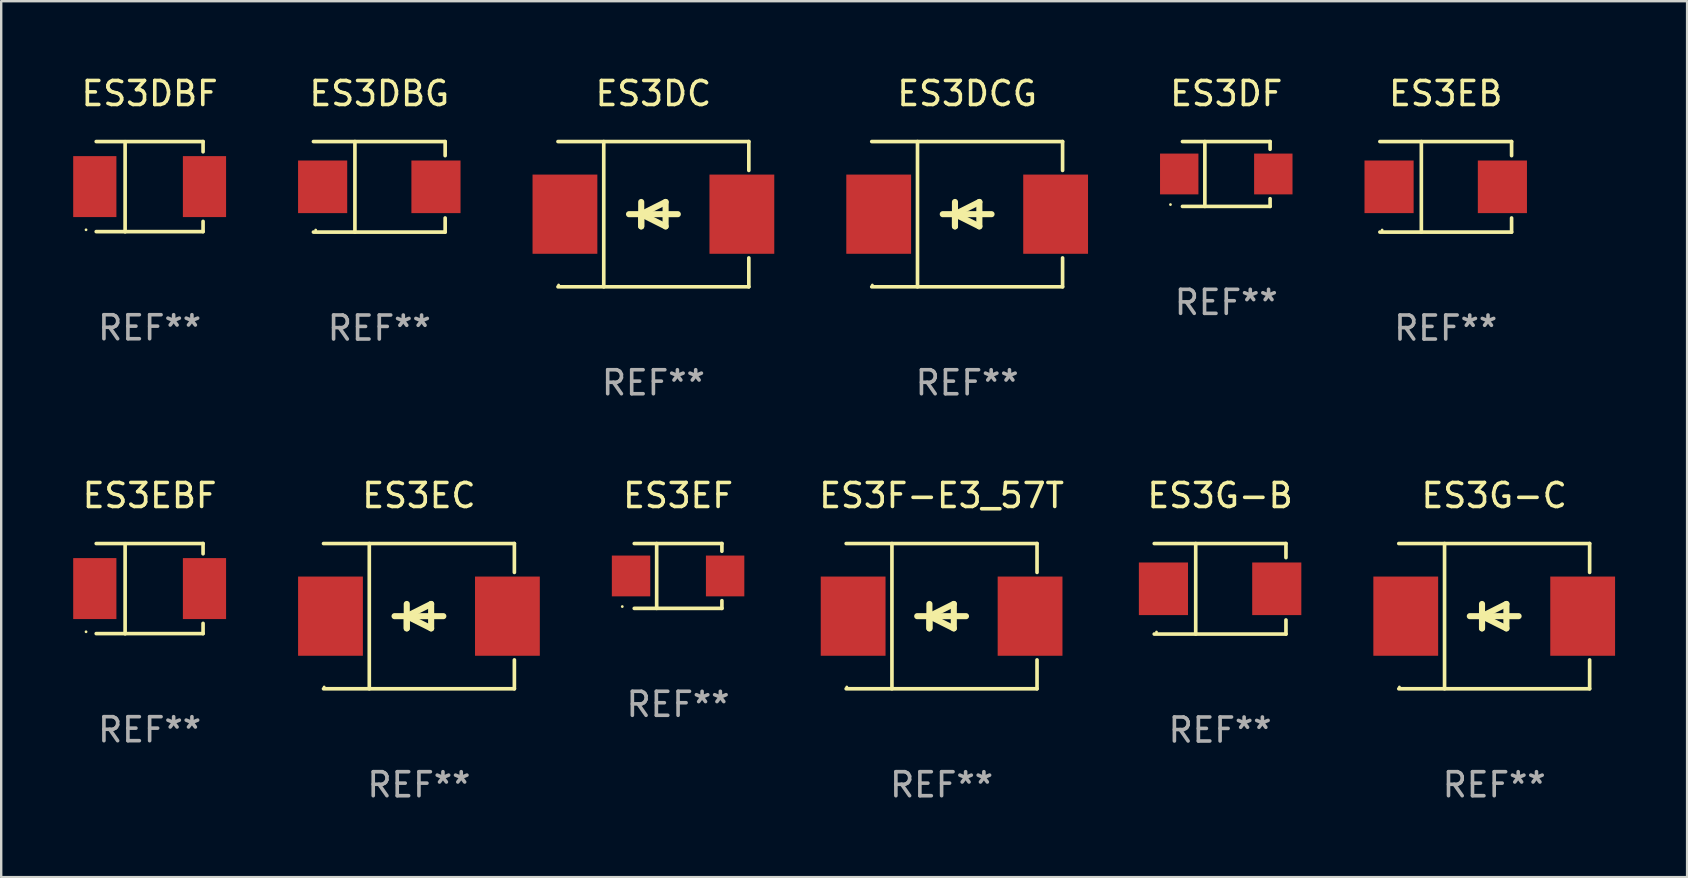
<source format=kicad_pcb>
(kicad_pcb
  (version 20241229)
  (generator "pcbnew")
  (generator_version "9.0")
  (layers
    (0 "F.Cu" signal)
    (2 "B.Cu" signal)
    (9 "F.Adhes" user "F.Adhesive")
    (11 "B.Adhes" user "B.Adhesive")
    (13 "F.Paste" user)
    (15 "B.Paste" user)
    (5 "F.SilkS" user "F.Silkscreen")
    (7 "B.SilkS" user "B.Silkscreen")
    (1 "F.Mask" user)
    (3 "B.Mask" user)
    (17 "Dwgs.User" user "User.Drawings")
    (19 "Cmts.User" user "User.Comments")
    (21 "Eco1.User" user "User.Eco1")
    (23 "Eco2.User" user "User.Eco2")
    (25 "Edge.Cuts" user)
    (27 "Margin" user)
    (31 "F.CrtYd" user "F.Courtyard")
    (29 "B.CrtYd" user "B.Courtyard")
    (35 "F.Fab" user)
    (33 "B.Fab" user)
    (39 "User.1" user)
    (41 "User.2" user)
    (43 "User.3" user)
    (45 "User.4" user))
  (footprint "ES3G-B"
    (layer "F.Cu")
    (at 47.787 21.483)
    (property "Reference" "ES3G-B" (at 0 -3.886 0) (layer "F.SilkS") (effects (font (size 1 1) (thickness 0.15))))
    (attr through_hole)
    (fp_line (start -2.744 -1.886) (end 2.744 -1.886) (stroke (width 0.152) (type solid)) (layer "F.SilkS"))
    (fp_line (start -2.744 1.886) (end 2.744 1.886) (stroke (width 0.152) (type solid)) (layer "F.SilkS"))
    (fp_line (start -1.016 -1.886) (end -1.016 1.886) (stroke (width 0.152) (type solid)) (layer "F.SilkS"))
    (fp_line (start 2.744 -1.886) (end 2.744 -1.299) (stroke (width 0.152) (type solid)) (layer "F.SilkS"))
    (fp_line (start 2.744 1.886) (end 2.744 1.299) (stroke (width 0.152) (type solid)) (layer "F.SilkS"))
    (fp_circle (center -2.65 1.8) (end -2.62 1.8) (stroke (width 0.06) (type solid)) (fill no) (layer "F.SilkS"))
    (fp_text user "REF**" (at 0 5.886 0) (layer "F.Fab") (effects (font (size 1 1) (thickness 0.15))))
    (pad "1" smd rect (at -2.361 0) (size 2.047 2.192) (layers "F.Cu" "F.Mask" "F.Paste"))
    (pad "2" smd rect (at 2.361 0) (size 2.047 2.192) (layers "F.Cu" "F.Mask" "F.Paste")))
  (footprint "ES3DCG"
    (layer "F.Cu")
    (at 37.248 5.874)
    (property "Reference" "ES3DCG" (at 0 -5.026 0) (layer "F.SilkS") (effects (font (size 1 1) (thickness 0.15))))
    (attr through_hole)
    (fp_line (start -3.976 -3.026) (end 3.976 -3.026) (stroke (width 0.152) (type solid)) (layer "F.SilkS"))
    (fp_line (start -3.976 3.026) (end 3.976 3.026) (stroke (width 0.152) (type solid)) (layer "F.SilkS"))
    (fp_line (start -2.069 -3.026) (end -2.069 3.026) (stroke (width 0.152) (type solid)) (layer "F.SilkS"))
    (fp_line (start -0.508 0) (end -0.508 0.508) (stroke (width 0.254) (type solid)) (layer "F.SilkS"))
    (fp_line (start -0.508 0) (end 0.508 0.508) (stroke (width 0.254) (type solid)) (layer "F.SilkS"))
    (fp_line (start -0.508 0.508) (end -0.508 -0.508) (stroke (width 0.254) (type solid)) (layer "F.SilkS"))
    (fp_line (start 0.508 -0.508) (end -0.508 0) (stroke (width 0.254) (type solid)) (layer "F.SilkS"))
    (fp_line (start 0.508 0.508) (end 0.508 -0.508) (stroke (width 0.254) (type solid)) (layer "F.SilkS"))
    (fp_line (start 1.016 0) (end -1.016 0) (stroke (width 0.254) (type solid)) (layer "F.SilkS"))
    (fp_line (start 3.976 -3.026) (end 3.976 -1.823) (stroke (width 0.152) (type solid)) (layer "F.SilkS"))
    (fp_line (start 3.976 3.026) (end 3.976 1.823) (stroke (width 0.152) (type solid)) (layer "F.SilkS"))
    (fp_circle (center -3.95 2.95) (end -3.92 2.95) (stroke (width 0.06) (type solid)) (fill no) (layer "F.SilkS"))
    (fp_text user "REF**" (at 0 7.026 0) (layer "F.Fab") (effects (font (size 1 1) (thickness 0.15))))
    (pad "1" smd rect (at -3.686 0) (size 2.7 3.3) (layers "F.Cu" "F.Mask" "F.Paste"))
    (pad "2" smd rect (at 3.686 0) (size 2.7 3.3) (layers "F.Cu" "F.Mask" "F.Paste")))
  (footprint "ES3DBG"
    (layer "F.Cu")
    (at 12.754 4.734)
    (property "Reference" "ES3DBG" (at 0 -3.886 0) (layer "F.SilkS") (effects (font (size 1 1) (thickness 0.15))))
    (attr through_hole)
    (fp_line (start -2.744 -1.886) (end 2.744 -1.886) (stroke (width 0.152) (type solid)) (layer "F.SilkS"))
    (fp_line (start -2.744 1.886) (end 2.744 1.886) (stroke (width 0.152) (type solid)) (layer "F.SilkS"))
    (fp_line (start -1.016 -1.886) (end -1.016 1.886) (stroke (width 0.152) (type solid)) (layer "F.SilkS"))
    (fp_line (start 2.744 -1.886) (end 2.744 -1.299) (stroke (width 0.152) (type solid)) (layer "F.SilkS"))
    (fp_line (start 2.744 1.886) (end 2.744 1.299) (stroke (width 0.152) (type solid)) (layer "F.SilkS"))
    (fp_circle (center -2.65 1.8) (end -2.62 1.8) (stroke (width 0.06) (type solid)) (fill no) (layer "F.SilkS"))
    (fp_text user "REF**" (at 0 5.886 0) (layer "F.Fab") (effects (font (size 1 1) (thickness 0.15))))
    (pad "1" smd rect (at -2.361 0) (size 2.047 2.192) (layers "F.Cu" "F.Mask" "F.Paste"))
    (pad "2" smd rect (at 2.361 0) (size 2.047 2.192) (layers "F.Cu" "F.Mask" "F.Paste")))
  (footprint "ES3F-E3_57T"
    (layer "F.Cu")
    (at 36.183 22.623)
    (property "Reference" "ES3F-E3_57T" (at 0 -5.026 0) (layer "F.SilkS") (effects (font (size 1 1) (thickness 0.15))))
    (attr through_hole)
    (fp_line (start -3.976 -3.026) (end 3.976 -3.026) (stroke (width 0.152) (type solid)) (layer "F.SilkS"))
    (fp_line (start -3.976 3.026) (end 3.976 3.026) (stroke (width 0.152) (type solid)) (layer "F.SilkS"))
    (fp_line (start -2.069 -3.026) (end -2.069 3.026) (stroke (width 0.152) (type solid)) (layer "F.SilkS"))
    (fp_line (start -0.508 0) (end -0.508 0.508) (stroke (width 0.254) (type solid)) (layer "F.SilkS"))
    (fp_line (start -0.508 0) (end 0.508 0.508) (stroke (width 0.254) (type solid)) (layer "F.SilkS"))
    (fp_line (start -0.508 0.508) (end -0.508 -0.508) (stroke (width 0.254) (type solid)) (layer "F.SilkS"))
    (fp_line (start 0.508 -0.508) (end -0.508 0) (stroke (width 0.254) (type solid)) (layer "F.SilkS"))
    (fp_line (start 0.508 0.508) (end 0.508 -0.508) (stroke (width 0.254) (type solid)) (layer "F.SilkS"))
    (fp_line (start 1.016 0) (end -1.016 0) (stroke (width 0.254) (type solid)) (layer "F.SilkS"))
    (fp_line (start 3.976 -3.026) (end 3.976 -1.823) (stroke (width 0.152) (type solid)) (layer "F.SilkS"))
    (fp_line (start 3.976 3.026) (end 3.976 1.823) (stroke (width 0.152) (type solid)) (layer "F.SilkS"))
    (fp_circle (center -3.95 2.95) (end -3.92 2.95) (stroke (width 0.06) (type solid)) (fill no) (layer "F.SilkS"))
    (fp_text user "REF**" (at 0 7.026 0) (layer "F.Fab") (effects (font (size 1 1) (thickness 0.15))))
    (pad "1" smd rect (at -3.686 0) (size 2.7 3.3) (layers "F.Cu" "F.Mask" "F.Paste"))
    (pad "2" smd rect (at 3.686 0) (size 2.7 3.3) (layers "F.Cu" "F.Mask" "F.Paste")))
  (footprint "ES3DC"
    (layer "F.Cu")
    (at 24.175 5.874)
    (property "Reference" "ES3DC" (at 0 -5.026 0) (layer "F.SilkS") (effects (font (size 1 1) (thickness 0.15))))
    (attr through_hole)
    (fp_line (start -3.976 -3.026) (end 3.976 -3.026) (stroke (width 0.152) (type solid)) (layer "F.SilkS"))
    (fp_line (start -3.976 3.026) (end 3.976 3.026) (stroke (width 0.152) (type solid)) (layer "F.SilkS"))
    (fp_line (start -2.069 -3.026) (end -2.069 3.026) (stroke (width 0.152) (type solid)) (layer "F.SilkS"))
    (fp_line (start -0.508 0) (end -0.508 0.508) (stroke (width 0.254) (type solid)) (layer "F.SilkS"))
    (fp_line (start -0.508 0) (end 0.508 0.508) (stroke (width 0.254) (type solid)) (layer "F.SilkS"))
    (fp_line (start -0.508 0.508) (end -0.508 -0.508) (stroke (width 0.254) (type solid)) (layer "F.SilkS"))
    (fp_line (start 0.508 -0.508) (end -0.508 0) (stroke (width 0.254) (type solid)) (layer "F.SilkS"))
    (fp_line (start 0.508 0.508) (end 0.508 -0.508) (stroke (width 0.254) (type solid)) (layer "F.SilkS"))
    (fp_line (start 1.016 0) (end -1.016 0) (stroke (width 0.254) (type solid)) (layer "F.SilkS"))
    (fp_line (start 3.976 -3.026) (end 3.976 -1.823) (stroke (width 0.152) (type solid)) (layer "F.SilkS"))
    (fp_line (start 3.976 3.026) (end 3.976 1.823) (stroke (width 0.152) (type solid)) (layer "F.SilkS"))
    (fp_circle (center -3.95 2.95) (end -3.92 2.95) (stroke (width 0.06) (type solid)) (fill no) (layer "F.SilkS"))
    (fp_text user "REF**" (at 0 7.026 0) (layer "F.Fab") (effects (font (size 1 1) (thickness 0.15))))
    (pad "1" smd rect (at -3.686 0) (size 2.7 3.3) (layers "F.Cu" "F.Mask" "F.Paste"))
    (pad "2" smd rect (at 3.686 0) (size 2.7 3.3) (layers "F.Cu" "F.Mask" "F.Paste")))
  (footprint "ES3EC"
    (layer "F.Cu")
    (at 14.406 22.623)
    (property "Reference" "ES3EC" (at 0 -5.026 0) (layer "F.SilkS") (effects (font (size 1 1) (thickness 0.15))))
    (attr through_hole)
    (fp_line (start -3.976 -3.026) (end 3.976 -3.026) (stroke (width 0.152) (type solid)) (layer "F.SilkS"))
    (fp_line (start -3.976 3.026) (end 3.976 3.026) (stroke (width 0.152) (type solid)) (layer "F.SilkS"))
    (fp_line (start -2.069 -3.026) (end -2.069 3.026) (stroke (width 0.152) (type solid)) (layer "F.SilkS"))
    (fp_line (start -0.508 0) (end -0.508 0.508) (stroke (width 0.254) (type solid)) (layer "F.SilkS"))
    (fp_line (start -0.508 0) (end 0.508 0.508) (stroke (width 0.254) (type solid)) (layer "F.SilkS"))
    (fp_line (start -0.508 0.508) (end -0.508 -0.508) (stroke (width 0.254) (type solid)) (layer "F.SilkS"))
    (fp_line (start 0.508 -0.508) (end -0.508 0) (stroke (width 0.254) (type solid)) (layer "F.SilkS"))
    (fp_line (start 0.508 0.508) (end 0.508 -0.508) (stroke (width 0.254) (type solid)) (layer "F.SilkS"))
    (fp_line (start 1.016 0) (end -1.016 0) (stroke (width 0.254) (type solid)) (layer "F.SilkS"))
    (fp_line (start 3.976 -3.026) (end 3.976 -1.823) (stroke (width 0.152) (type solid)) (layer "F.SilkS"))
    (fp_line (start 3.976 3.026) (end 3.976 1.823) (stroke (width 0.152) (type solid)) (layer "F.SilkS"))
    (fp_circle (center -3.95 2.95) (end -3.92 2.95) (stroke (width 0.06) (type solid)) (fill no) (layer "F.SilkS"))
    (fp_text user "REF**" (at 0 7.026 0) (layer "F.Fab") (effects (font (size 1 1) (thickness 0.15))))
    (pad "1" smd rect (at -3.686 0) (size 2.7 3.3) (layers "F.Cu" "F.Mask" "F.Paste"))
    (pad "2" smd rect (at 3.686 0) (size 2.7 3.3) (layers "F.Cu" "F.Mask" "F.Paste")))
  (footprint "ES3G-C"
    (layer "F.Cu")
    (at 59.208 22.623)
    (property "Reference" "ES3G-C" (at 0 -5.026 0) (layer "F.SilkS") (effects (font (size 1 1) (thickness 0.15))))
    (attr through_hole)
    (fp_line (start -3.976 -3.026) (end 3.976 -3.026) (stroke (width 0.152) (type solid)) (layer "F.SilkS"))
    (fp_line (start -3.976 3.026) (end 3.976 3.026) (stroke (width 0.152) (type solid)) (layer "F.SilkS"))
    (fp_line (start -2.069 -3.026) (end -2.069 3.026) (stroke (width 0.152) (type solid)) (layer "F.SilkS"))
    (fp_line (start -0.508 0) (end -0.508 0.508) (stroke (width 0.254) (type solid)) (layer "F.SilkS"))
    (fp_line (start -0.508 0) (end 0.508 0.508) (stroke (width 0.254) (type solid)) (layer "F.SilkS"))
    (fp_line (start -0.508 0.508) (end -0.508 -0.508) (stroke (width 0.254) (type solid)) (layer "F.SilkS"))
    (fp_line (start 0.508 -0.508) (end -0.508 0) (stroke (width 0.254) (type solid)) (layer "F.SilkS"))
    (fp_line (start 0.508 0.508) (end 0.508 -0.508) (stroke (width 0.254) (type solid)) (layer "F.SilkS"))
    (fp_line (start 1.016 0) (end -1.016 0) (stroke (width 0.254) (type solid)) (layer "F.SilkS"))
    (fp_line (start 3.976 -3.026) (end 3.976 -1.823) (stroke (width 0.152) (type solid)) (layer "F.SilkS"))
    (fp_line (start 3.976 3.026) (end 3.976 1.823) (stroke (width 0.152) (type solid)) (layer "F.SilkS"))
    (fp_circle (center -3.95 2.95) (end -3.92 2.95) (stroke (width 0.06) (type solid)) (fill no) (layer "F.SilkS"))
    (fp_text user "REF**" (at 0 7.026 0) (layer "F.Fab") (effects (font (size 1 1) (thickness 0.15))))
    (pad "1" smd rect (at -3.686 0) (size 2.7 3.3) (layers "F.Cu" "F.Mask" "F.Paste"))
    (pad "2" smd rect (at 3.686 0) (size 2.7 3.3) (layers "F.Cu" "F.Mask" "F.Paste")))
  (footprint "ES3EBF"
    (layer "F.Cu")
    (at 3.185 21.477)
    (property "Reference" "ES3EBF" (at 0 -3.88 0) (layer "F.SilkS") (effects (font (size 1 1) (thickness 0.15))))
    (attr through_hole)
    (fp_line (start -2.226 -1.88) (end 2.226 -1.88) (stroke (width 0.152) (type solid)) (layer "F.SilkS"))
    (fp_line (start -2.226 1.873) (end 2.226 1.873) (stroke (width 0.152) (type solid)) (layer "F.SilkS"))
    (fp_line (start -1.022 -1.873) (end -1.022 1.88) (stroke (width 0.152) (type solid)) (layer "F.SilkS"))
    (fp_line (start 2.226 -1.88) (end 2.226 -1.453) (stroke (width 0.152) (type solid)) (layer "F.SilkS"))
    (fp_line (start 2.226 1.447) (end 2.226 1.873) (stroke (width 0.152) (type solid)) (layer "F.SilkS"))
    (fp_circle (center -2.65 1.797) (end -2.62 1.797) (stroke (width 0.06) (type solid)) (fill no) (layer "F.SilkS"))
    (fp_text user "REF**" (at 0 5.88 0) (layer "F.Fab") (effects (font (size 1 1) (thickness 0.15))))
    (pad "1" smd rect (at -2.285 -0.003) (size 1.8 2.54) (layers "F.Cu" "F.Mask" "F.Paste"))
    (pad "2" smd rect (at 2.285 -0.003) (size 1.8 2.54) (layers "F.Cu" "F.Mask" "F.Paste")))
  (footprint "ES3DF"
    (layer "F.Cu")
    (at 48.044 4.199)
    (property "Reference" "ES3DF" (at 0 -3.351 0) (layer "F.SilkS") (effects (font (size 1 1) (thickness 0.15))))
    (attr through_hole)
    (fp_line (start -1.826 -1.351) (end 1.826 -1.351) (stroke (width 0.152) (type solid)) (layer "F.SilkS"))
    (fp_line (start -1.826 1.351) (end 1.826 1.351) (stroke (width 0.152) (type solid)) (layer "F.SilkS"))
    (fp_line (start -0.892 -1.351) (end -0.892 1.351) (stroke (width 0.152) (type solid)) (layer "F.SilkS"))
    (fp_line (start 1.826 -1.351) (end 1.826 -1.03) (stroke (width 0.152) (type solid)) (layer "F.SilkS"))
    (fp_line (start 1.826 1.03) (end 1.826 1.351) (stroke (width 0.152) (type solid)) (layer "F.SilkS"))
    (fp_circle (center -2.325 1.275) (end -2.295 1.275) (stroke (width 0.06) (type solid)) (fill no) (layer "F.SilkS"))
    (fp_text user "REF**" (at 0 5.351 0) (layer "F.Fab") (effects (font (size 1 1) (thickness 0.15))))
    (pad "1" smd rect (at -1.96 0 180) (size 1.6 1.7) (layers "F.Cu" "F.Mask" "F.Paste"))
    (pad "2" smd rect (at 1.96 0 180) (size 1.6 1.7) (layers "F.Cu" "F.Mask" "F.Paste")))
  (footprint "ES3DBF"
    (layer "F.Cu")
    (at 3.185 4.728)
    (property "Reference" "ES3DBF" (at 0 -3.88 0) (layer "F.SilkS") (effects (font (size 1 1) (thickness 0.15))))
    (attr through_hole)
    (fp_line (start -2.226 -1.88) (end 2.226 -1.88) (stroke (width 0.152) (type solid)) (layer "F.SilkS"))
    (fp_line (start -2.226 1.873) (end 2.226 1.873) (stroke (width 0.152) (type solid)) (layer "F.SilkS"))
    (fp_line (start -1.022 -1.873) (end -1.022 1.88) (stroke (width 0.152) (type solid)) (layer "F.SilkS"))
    (fp_line (start 2.226 -1.88) (end 2.226 -1.453) (stroke (width 0.152) (type solid)) (layer "F.SilkS"))
    (fp_line (start 2.226 1.447) (end 2.226 1.873) (stroke (width 0.152) (type solid)) (layer "F.SilkS"))
    (fp_circle (center -2.65 1.797) (end -2.62 1.797) (stroke (width 0.06) (type solid)) (fill no) (layer "F.SilkS"))
    (fp_text user "REF**" (at 0 5.88 0) (layer "F.Fab") (effects (font (size 1 1) (thickness 0.15))))
    (pad "1" smd rect (at -2.285 -0.003) (size 1.8 2.54) (layers "F.Cu" "F.Mask" "F.Paste"))
    (pad "2" smd rect (at 2.285 -0.003) (size 1.8 2.54) (layers "F.Cu" "F.Mask" "F.Paste")))
  (footprint "ES3EB"
    (layer "F.Cu")
    (at 57.188 4.734)
    (property "Reference" "ES3EB" (at 0 -3.886 0) (layer "F.SilkS") (effects (font (size 1 1) (thickness 0.15))))
    (attr through_hole)
    (fp_line (start -2.744 -1.886) (end 2.744 -1.886) (stroke (width 0.152) (type solid)) (layer "F.SilkS"))
    (fp_line (start -2.744 1.886) (end 2.744 1.886) (stroke (width 0.152) (type solid)) (layer "F.SilkS"))
    (fp_line (start -1.016 -1.886) (end -1.016 1.886) (stroke (width 0.152) (type solid)) (layer "F.SilkS"))
    (fp_line (start 2.744 -1.886) (end 2.744 -1.299) (stroke (width 0.152) (type solid)) (layer "F.SilkS"))
    (fp_line (start 2.744 1.886) (end 2.744 1.299) (stroke (width 0.152) (type solid)) (layer "F.SilkS"))
    (fp_circle (center -2.65 1.8) (end -2.62 1.8) (stroke (width 0.06) (type solid)) (fill no) (layer "F.SilkS"))
    (fp_text user "REF**" (at 0 5.886 0) (layer "F.Fab") (effects (font (size 1 1) (thickness 0.15))))
    (pad "1" smd rect (at -2.361 0) (size 2.047 2.192) (layers "F.Cu" "F.Mask" "F.Paste"))
    (pad "2" smd rect (at 2.361 0) (size 2.047 2.192) (layers "F.Cu" "F.Mask" "F.Paste")))
  (footprint "ES3EF"
    (layer "F.Cu")
    (at 25.203 20.948)
    (property "Reference" "ES3EF" (at 0 -3.351 0) (layer "F.SilkS") (effects (font (size 1 1) (thickness 0.15))))
    (attr through_hole)
    (fp_line (start -1.826 -1.351) (end 1.826 -1.351) (stroke (width 0.152) (type solid)) (layer "F.SilkS"))
    (fp_line (start -1.826 1.351) (end 1.826 1.351) (stroke (width 0.152) (type solid)) (layer "F.SilkS"))
    (fp_line (start -0.892 -1.351) (end -0.892 1.351) (stroke (width 0.152) (type solid)) (layer "F.SilkS"))
    (fp_line (start 1.826 -1.351) (end 1.826 -1.03) (stroke (width 0.152) (type solid)) (layer "F.SilkS"))
    (fp_line (start 1.826 1.03) (end 1.826 1.351) (stroke (width 0.152) (type solid)) (layer "F.SilkS"))
    (fp_circle (center -2.325 1.275) (end -2.295 1.275) (stroke (width 0.06) (type solid)) (fill no) (layer "F.SilkS"))
    (fp_text user "REF**" (at 0 5.351 0) (layer "F.Fab") (effects (font (size 1 1) (thickness 0.15))))
    (pad "1" smd rect (at -1.96 0 180) (size 1.6 1.7) (layers "F.Cu" "F.Mask" "F.Paste"))
    (pad "2" smd rect (at 1.96 0 180) (size 1.6 1.7) (layers "F.Cu" "F.Mask" "F.Paste")))
  (gr_rect
    (start -3 -3)
    (end 67.245 33.498)
    (stroke (width 0.1) (type default))
    (fill no)
    (layer "Edge.Cuts")))
</source>
